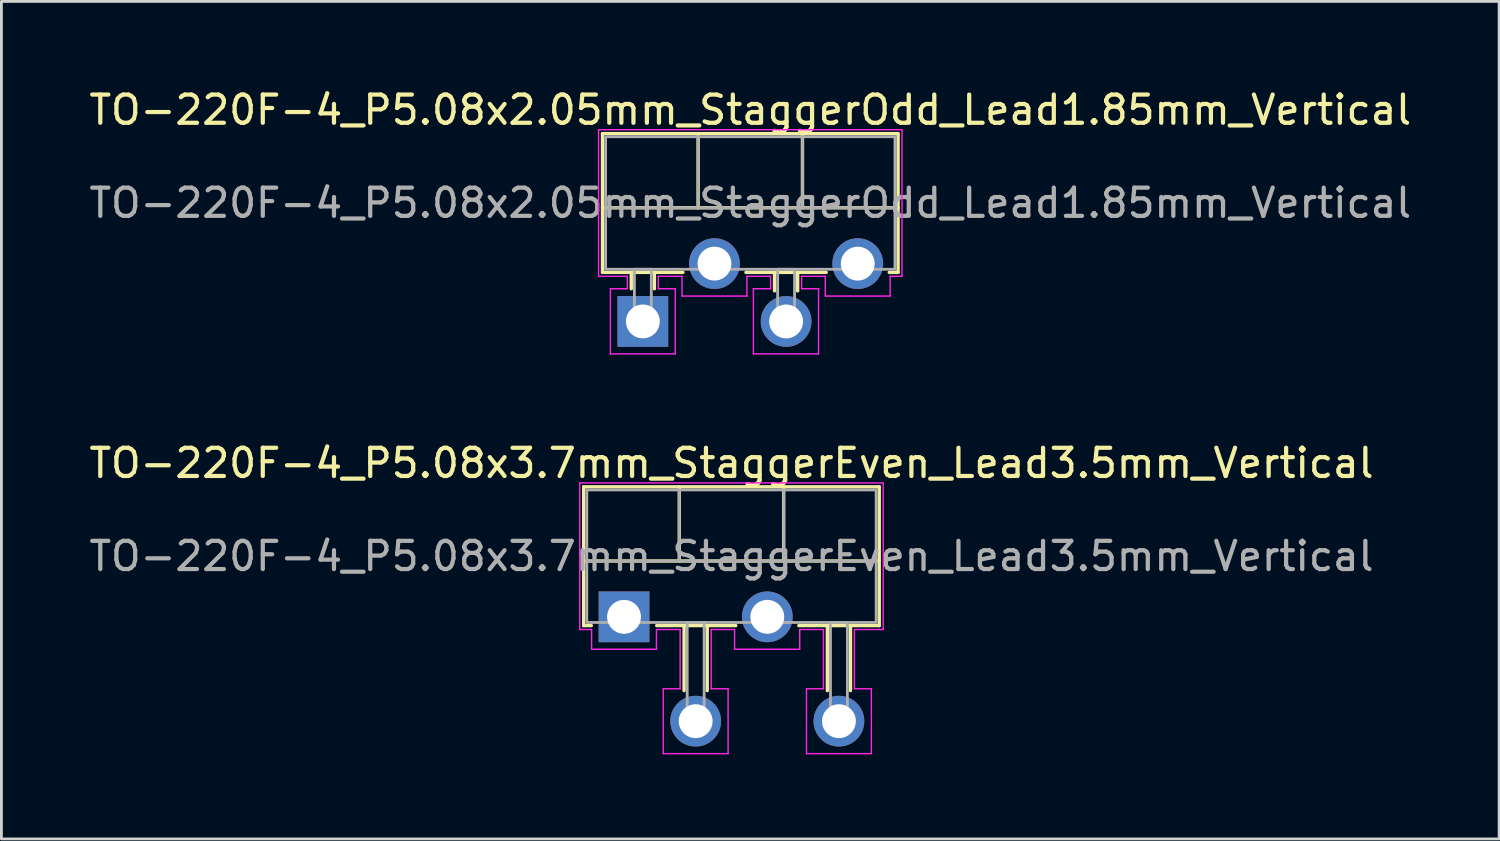
<source format=kicad_pcb>
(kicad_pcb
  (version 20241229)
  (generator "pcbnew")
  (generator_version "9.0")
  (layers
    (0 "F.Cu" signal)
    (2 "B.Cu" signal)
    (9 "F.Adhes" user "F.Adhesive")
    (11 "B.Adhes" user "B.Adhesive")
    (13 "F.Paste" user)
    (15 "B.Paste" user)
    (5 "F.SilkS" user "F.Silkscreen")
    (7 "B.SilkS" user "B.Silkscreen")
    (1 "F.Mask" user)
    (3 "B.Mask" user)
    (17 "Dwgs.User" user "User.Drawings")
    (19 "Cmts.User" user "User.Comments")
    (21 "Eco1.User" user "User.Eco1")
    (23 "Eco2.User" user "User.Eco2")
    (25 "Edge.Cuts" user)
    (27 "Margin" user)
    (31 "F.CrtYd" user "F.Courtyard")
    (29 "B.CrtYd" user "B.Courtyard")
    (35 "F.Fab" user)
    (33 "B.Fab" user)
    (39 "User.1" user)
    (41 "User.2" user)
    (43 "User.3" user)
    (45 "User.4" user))
  (footprint "TO-220F-4_P5.08x3.7mm_StaggerEven_Lead3.5mm_Vertical"
    (layer "F.Cu")
    (at 19.077 18.822)
    (property "Reference" "TO-220F-4_P5.08x3.7mm_StaggerEven_Lead3.5mm_Vertical" (at 3.81 -5.45 0) (layer "F.SilkS") (effects (font (size 1 1) (thickness 0.15))))
    (attr through_hole)
    (fp_line (start -1.43 -4.61) (end 9.05 -4.61) (stroke (width 0.12) (type solid)) (layer "F.SilkS"))
    (fp_line (start -1.43 -1.98) (end 9.05 -1.98) (stroke (width 0.12) (type solid)) (layer "F.SilkS"))
    (fp_line (start -1.43 0.31) (end -1.43 -4.61) (stroke (width 0.12) (type solid)) (layer "F.SilkS"))
    (fp_line (start -1.16 0.31) (end -1.43 0.31) (stroke (width 0.12) (type solid)) (layer "F.SilkS"))
    (fp_line (start 1.96 -4.61) (end 1.96 -1.98) (stroke (width 0.12) (type solid)) (layer "F.SilkS"))
    (fp_line (start 2.13 0.31) (end 2.13 2.615) (stroke (width 0.12) (type solid)) (layer "F.SilkS"))
    (fp_line (start 2.95 0.31) (end 2.95 2.615) (stroke (width 0.12) (type solid)) (layer "F.SilkS"))
    (fp_line (start 3.962 0.31) (end 1.16 0.31) (stroke (width 0.12) (type solid)) (layer "F.SilkS"))
    (fp_line (start 5.66 -4.61) (end 5.66 -1.98) (stroke (width 0.12) (type solid)) (layer "F.SilkS"))
    (fp_line (start 7.21 0.31) (end 7.21 2.615) (stroke (width 0.12) (type solid)) (layer "F.SilkS"))
    (fp_line (start 8.03 0.31) (end 8.03 2.615) (stroke (width 0.12) (type solid)) (layer "F.SilkS"))
    (fp_line (start 9.05 -4.61) (end 9.05 0.31) (stroke (width 0.12) (type solid)) (layer "F.SilkS"))
    (fp_line (start 9.05 0.31) (end 6.198 0.31) (stroke (width 0.12) (type solid)) (layer "F.SilkS"))
    (fp_line (start -1.57 -4.75) (end 9.19 -4.75) (stroke (width 0.05) (type solid)) (layer "F.CrtYd"))
    (fp_line (start -1.57 0.45) (end -1.57 -4.75) (stroke (width 0.05) (type solid)) (layer "F.CrtYd"))
    (fp_line (start -1.15 0.45) (end -1.57 0.45) (stroke (width 0.05) (type solid)) (layer "F.CrtYd"))
    (fp_line (start -1.15 1.15) (end -1.15 0.45) (stroke (width 0.05) (type solid)) (layer "F.CrtYd"))
    (fp_line (start 1.15 0.45) (end 1.15 1.15) (stroke (width 0.05) (type solid)) (layer "F.CrtYd"))
    (fp_line (start 1.15 1.15) (end -1.15 1.15) (stroke (width 0.05) (type solid)) (layer "F.CrtYd"))
    (fp_line (start 1.39 2.55) (end 1.99 2.55) (stroke (width 0.05) (type solid)) (layer "F.CrtYd"))
    (fp_line (start 1.39 4.85) (end 1.39 2.55) (stroke (width 0.05) (type solid)) (layer "F.CrtYd"))
    (fp_line (start 1.99 0.45) (end 1.15 0.45) (stroke (width 0.05) (type solid)) (layer "F.CrtYd"))
    (fp_line (start 1.99 2.55) (end 1.99 0.45) (stroke (width 0.05) (type solid)) (layer "F.CrtYd"))
    (fp_line (start 3.09 0.45) (end 3.09 2.55) (stroke (width 0.05) (type solid)) (layer "F.CrtYd"))
    (fp_line (start 3.09 2.55) (end 3.69 2.55) (stroke (width 0.05) (type solid)) (layer "F.CrtYd"))
    (fp_line (start 3.69 2.55) (end 3.69 4.85) (stroke (width 0.05) (type solid)) (layer "F.CrtYd"))
    (fp_line (start 3.69 4.85) (end 1.39 4.85) (stroke (width 0.05) (type solid)) (layer "F.CrtYd"))
    (fp_line (start 3.92 0.45) (end 3.09 0.45) (stroke (width 0.05) (type solid)) (layer "F.CrtYd"))
    (fp_line (start 3.92 1.15) (end 3.92 0.45) (stroke (width 0.05) (type solid)) (layer "F.CrtYd"))
    (fp_line (start 6.23 0.45) (end 6.23 1.15) (stroke (width 0.05) (type solid)) (layer "F.CrtYd"))
    (fp_line (start 6.23 1.15) (end 3.92 1.15) (stroke (width 0.05) (type solid)) (layer "F.CrtYd"))
    (fp_line (start 6.47 2.55) (end 7.07 2.55) (stroke (width 0.05) (type solid)) (layer "F.CrtYd"))
    (fp_line (start 6.47 4.85) (end 6.47 2.55) (stroke (width 0.05) (type solid)) (layer "F.CrtYd"))
    (fp_line (start 7.07 0.45) (end 6.23 0.45) (stroke (width 0.05) (type solid)) (layer "F.CrtYd"))
    (fp_line (start 7.07 2.55) (end 7.07 0.45) (stroke (width 0.05) (type solid)) (layer "F.CrtYd"))
    (fp_line (start 8.17 0.45) (end 8.17 2.55) (stroke (width 0.05) (type solid)) (layer "F.CrtYd"))
    (fp_line (start 8.17 2.55) (end 8.77 2.55) (stroke (width 0.05) (type solid)) (layer "F.CrtYd"))
    (fp_line (start 8.77 2.55) (end 8.77 4.85) (stroke (width 0.05) (type solid)) (layer "F.CrtYd"))
    (fp_line (start 8.77 4.85) (end 6.47 4.85) (stroke (width 0.05) (type solid)) (layer "F.CrtYd"))
    (fp_line (start 9.19 -4.75) (end 9.19 0.45) (stroke (width 0.05) (type solid)) (layer "F.CrtYd"))
    (fp_line (start 9.19 0.45) (end 8.17 0.45) (stroke (width 0.05) (type solid)) (layer "F.CrtYd"))
    (fp_line (start -1.32 -1.98) (end 8.94 -1.98) (stroke (width 0.1) (type solid)) (layer "F.Fab"))
    (fp_line (start 1.96 -4.5) (end 1.96 -1.98) (stroke (width 0.1) (type solid)) (layer "F.Fab"))
    (fp_line (start 5.66 -4.5) (end 5.66 -1.98) (stroke (width 0.1) (type solid)) (layer "F.Fab"))
    (fp_rect (start -1.32 -4.5) (end 8.94 0.2) (stroke (width 0.1) (type solid)) (fill no) (layer "F.Fab"))
    (fp_rect (start 2.24 0.2) (end 2.84 3.7) (stroke (width 0.1) (type solid)) (fill no) (layer "F.Fab"))
    (fp_rect (start 7.32 0.2) (end 7.92 3.7) (stroke (width 0.1) (type solid)) (fill no) (layer "F.Fab"))
    (fp_text user "${REFERENCE}" (at 3.81 -2.15 0) (layer "F.Fab") (effects (font (size 1 1) (thickness 0.15))))
    (pad "1" thru_hole rect (at 0 0) (size 1.8 1.8) (drill 1.2) (layers "*.Cu" "*.Mask"))
    (pad "2" thru_hole circle (at 2.54 3.7) (size 1.8 1.8) (drill 1.2) (layers "*.Cu" "*.Mask"))
    (pad "3" thru_hole circle (at 5.08 0) (size 1.8 1.8) (drill 1.2) (layers "*.Cu" "*.Mask"))
    (pad "4" thru_hole circle (at 7.62 3.7) (size 1.8 1.8) (drill 1.2) (layers "*.Cu" "*.Mask")))
  (footprint "TO-220F-4_P5.08x2.05mm_StaggerOdd_Lead1.85mm_Vertical"
    (layer "F.Cu")
    (at 19.744 8.348)
    (property "Reference" "TO-220F-4_P5.08x2.05mm_StaggerOdd_Lead1.85mm_Vertical" (at 3.81 -7.5 0) (layer "F.SilkS") (effects (font (size 1 1) (thickness 0.15))))
    (attr through_hole)
    (fp_line (start -1.43 -6.66) (end 9.05 -6.66) (stroke (width 0.12) (type solid)) (layer "F.SilkS"))
    (fp_line (start -1.43 -4.03) (end 9.05 -4.03) (stroke (width 0.12) (type solid)) (layer "F.SilkS"))
    (fp_line (start -1.43 -1.74) (end -1.43 -6.66) (stroke (width 0.12) (type solid)) (layer "F.SilkS"))
    (fp_line (start -0.41 -1.74) (end -0.41 -1.16) (stroke (width 0.12) (type solid)) (layer "F.SilkS"))
    (fp_line (start 0.41 -1.74) (end 0.41 -1.16) (stroke (width 0.12) (type solid)) (layer "F.SilkS"))
    (fp_line (start 1.422 -1.74) (end -1.43 -1.74) (stroke (width 0.12) (type solid)) (layer "F.SilkS"))
    (fp_line (start 1.96 -6.66) (end 1.96 -4.03) (stroke (width 0.12) (type solid)) (layer "F.SilkS"))
    (fp_line (start 4.67 -1.74) (end 4.67 -1.085) (stroke (width 0.12) (type solid)) (layer "F.SilkS"))
    (fp_line (start 5.49 -1.74) (end 5.49 -1.085) (stroke (width 0.12) (type solid)) (layer "F.SilkS"))
    (fp_line (start 5.66 -6.66) (end 5.66 -4.03) (stroke (width 0.12) (type solid)) (layer "F.SilkS"))
    (fp_line (start 6.502 -1.74) (end 3.658 -1.74) (stroke (width 0.12) (type solid)) (layer "F.SilkS"))
    (fp_line (start 9.05 -6.66) (end 9.05 -1.74) (stroke (width 0.12) (type solid)) (layer "F.SilkS"))
    (fp_line (start 9.05 -1.74) (end 8.738 -1.74) (stroke (width 0.12) (type solid)) (layer "F.SilkS"))
    (fp_line (start -1.57 -6.8) (end 9.19 -6.8) (stroke (width 0.05) (type solid)) (layer "F.CrtYd"))
    (fp_line (start -1.57 -1.6) (end -1.57 -6.8) (stroke (width 0.05) (type solid)) (layer "F.CrtYd"))
    (fp_line (start -1.15 -1.16) (end -0.55 -1.16) (stroke (width 0.05) (type solid)) (layer "F.CrtYd"))
    (fp_line (start -1.15 1.15) (end -1.15 -1.16) (stroke (width 0.05) (type solid)) (layer "F.CrtYd"))
    (fp_line (start -0.55 -1.6) (end -1.57 -1.6) (stroke (width 0.05) (type solid)) (layer "F.CrtYd"))
    (fp_line (start -0.55 -1.16) (end -0.55 -1.6) (stroke (width 0.05) (type solid)) (layer "F.CrtYd"))
    (fp_line (start 0.55 -1.6) (end 0.55 -1.16) (stroke (width 0.05) (type solid)) (layer "F.CrtYd"))
    (fp_line (start 0.55 -1.16) (end 1.15 -1.16) (stroke (width 0.05) (type solid)) (layer "F.CrtYd"))
    (fp_line (start 1.15 -1.16) (end 1.15 1.15) (stroke (width 0.05) (type solid)) (layer "F.CrtYd"))
    (fp_line (start 1.15 1.15) (end -1.15 1.15) (stroke (width 0.05) (type solid)) (layer "F.CrtYd"))
    (fp_line (start 1.39 -1.6) (end 0.55 -1.6) (stroke (width 0.05) (type solid)) (layer "F.CrtYd"))
    (fp_line (start 1.39 -0.9) (end 1.39 -1.6) (stroke (width 0.05) (type solid)) (layer "F.CrtYd"))
    (fp_line (start 3.69 -1.6) (end 3.69 -0.9) (stroke (width 0.05) (type solid)) (layer "F.CrtYd"))
    (fp_line (start 3.69 -0.9) (end 1.39 -0.9) (stroke (width 0.05) (type solid)) (layer "F.CrtYd"))
    (fp_line (start 3.92 -1.16) (end 4.53 -1.16) (stroke (width 0.05) (type solid)) (layer "F.CrtYd"))
    (fp_line (start 3.92 1.15) (end 3.92 -1.16) (stroke (width 0.05) (type solid)) (layer "F.CrtYd"))
    (fp_line (start 4.53 -1.6) (end 3.69 -1.6) (stroke (width 0.05) (type solid)) (layer "F.CrtYd"))
    (fp_line (start 4.53 -1.16) (end 4.53 -1.6) (stroke (width 0.05) (type solid)) (layer "F.CrtYd"))
    (fp_line (start 5.63 -1.6) (end 5.63 -1.16) (stroke (width 0.05) (type solid)) (layer "F.CrtYd"))
    (fp_line (start 5.63 -1.16) (end 6.23 -1.16) (stroke (width 0.05) (type solid)) (layer "F.CrtYd"))
    (fp_line (start 6.23 -1.16) (end 6.23 1.15) (stroke (width 0.05) (type solid)) (layer "F.CrtYd"))
    (fp_line (start 6.23 1.15) (end 3.92 1.15) (stroke (width 0.05) (type solid)) (layer "F.CrtYd"))
    (fp_line (start 6.47 -1.6) (end 5.63 -1.6) (stroke (width 0.05) (type solid)) (layer "F.CrtYd"))
    (fp_line (start 6.47 -0.9) (end 6.47 -1.6) (stroke (width 0.05) (type solid)) (layer "F.CrtYd"))
    (fp_line (start 8.77 -1.6) (end 8.77 -0.9) (stroke (width 0.05) (type solid)) (layer "F.CrtYd"))
    (fp_line (start 8.77 -0.9) (end 6.47 -0.9) (stroke (width 0.05) (type solid)) (layer "F.CrtYd"))
    (fp_line (start 9.19 -6.8) (end 9.19 -1.6) (stroke (width 0.05) (type solid)) (layer "F.CrtYd"))
    (fp_line (start 9.19 -1.6) (end 8.77 -1.6) (stroke (width 0.05) (type solid)) (layer "F.CrtYd"))
    (fp_line (start -1.32 -4.03) (end 8.94 -4.03) (stroke (width 0.1) (type solid)) (layer "F.Fab"))
    (fp_line (start 1.96 -6.55) (end 1.96 -4.03) (stroke (width 0.1) (type solid)) (layer "F.Fab"))
    (fp_line (start 5.66 -6.55) (end 5.66 -4.03) (stroke (width 0.1) (type solid)) (layer "F.Fab"))
    (fp_rect (start -1.32 -6.55) (end 8.94 -1.85) (stroke (width 0.1) (type solid)) (fill no) (layer "F.Fab"))
    (fp_rect (start -0.3 -1.85) (end 0.3 0) (stroke (width 0.1) (type solid)) (fill no) (layer "F.Fab"))
    (fp_rect (start 4.78 -1.85) (end 5.38 0) (stroke (width 0.1) (type solid)) (fill no) (layer "F.Fab"))
    (fp_text user "${REFERENCE}" (at 3.81 -4.2 0) (layer "F.Fab") (effects (font (size 1 1) (thickness 0.15))))
    (pad "1" thru_hole rect (at 0 0) (size 1.8 1.8) (drill 1.2) (layers "*.Cu" "*.Mask"))
    (pad "2" thru_hole circle (at 2.54 -2.05) (size 1.8 1.8) (drill 1.2) (layers "*.Cu" "*.Mask"))
    (pad "3" thru_hole circle (at 5.08 0) (size 1.8 1.8) (drill 1.2) (layers "*.Cu" "*.Mask"))
    (pad "4" thru_hole circle (at 7.62 -2.05) (size 1.8 1.8) (drill 1.2) (layers "*.Cu" "*.Mask")))
  (gr_rect
    (start -3 -3)
    (end 50.107 26.697)
    (stroke (width 0.1) (type default))
    (fill no)
    (layer "Edge.Cuts")))
</source>
